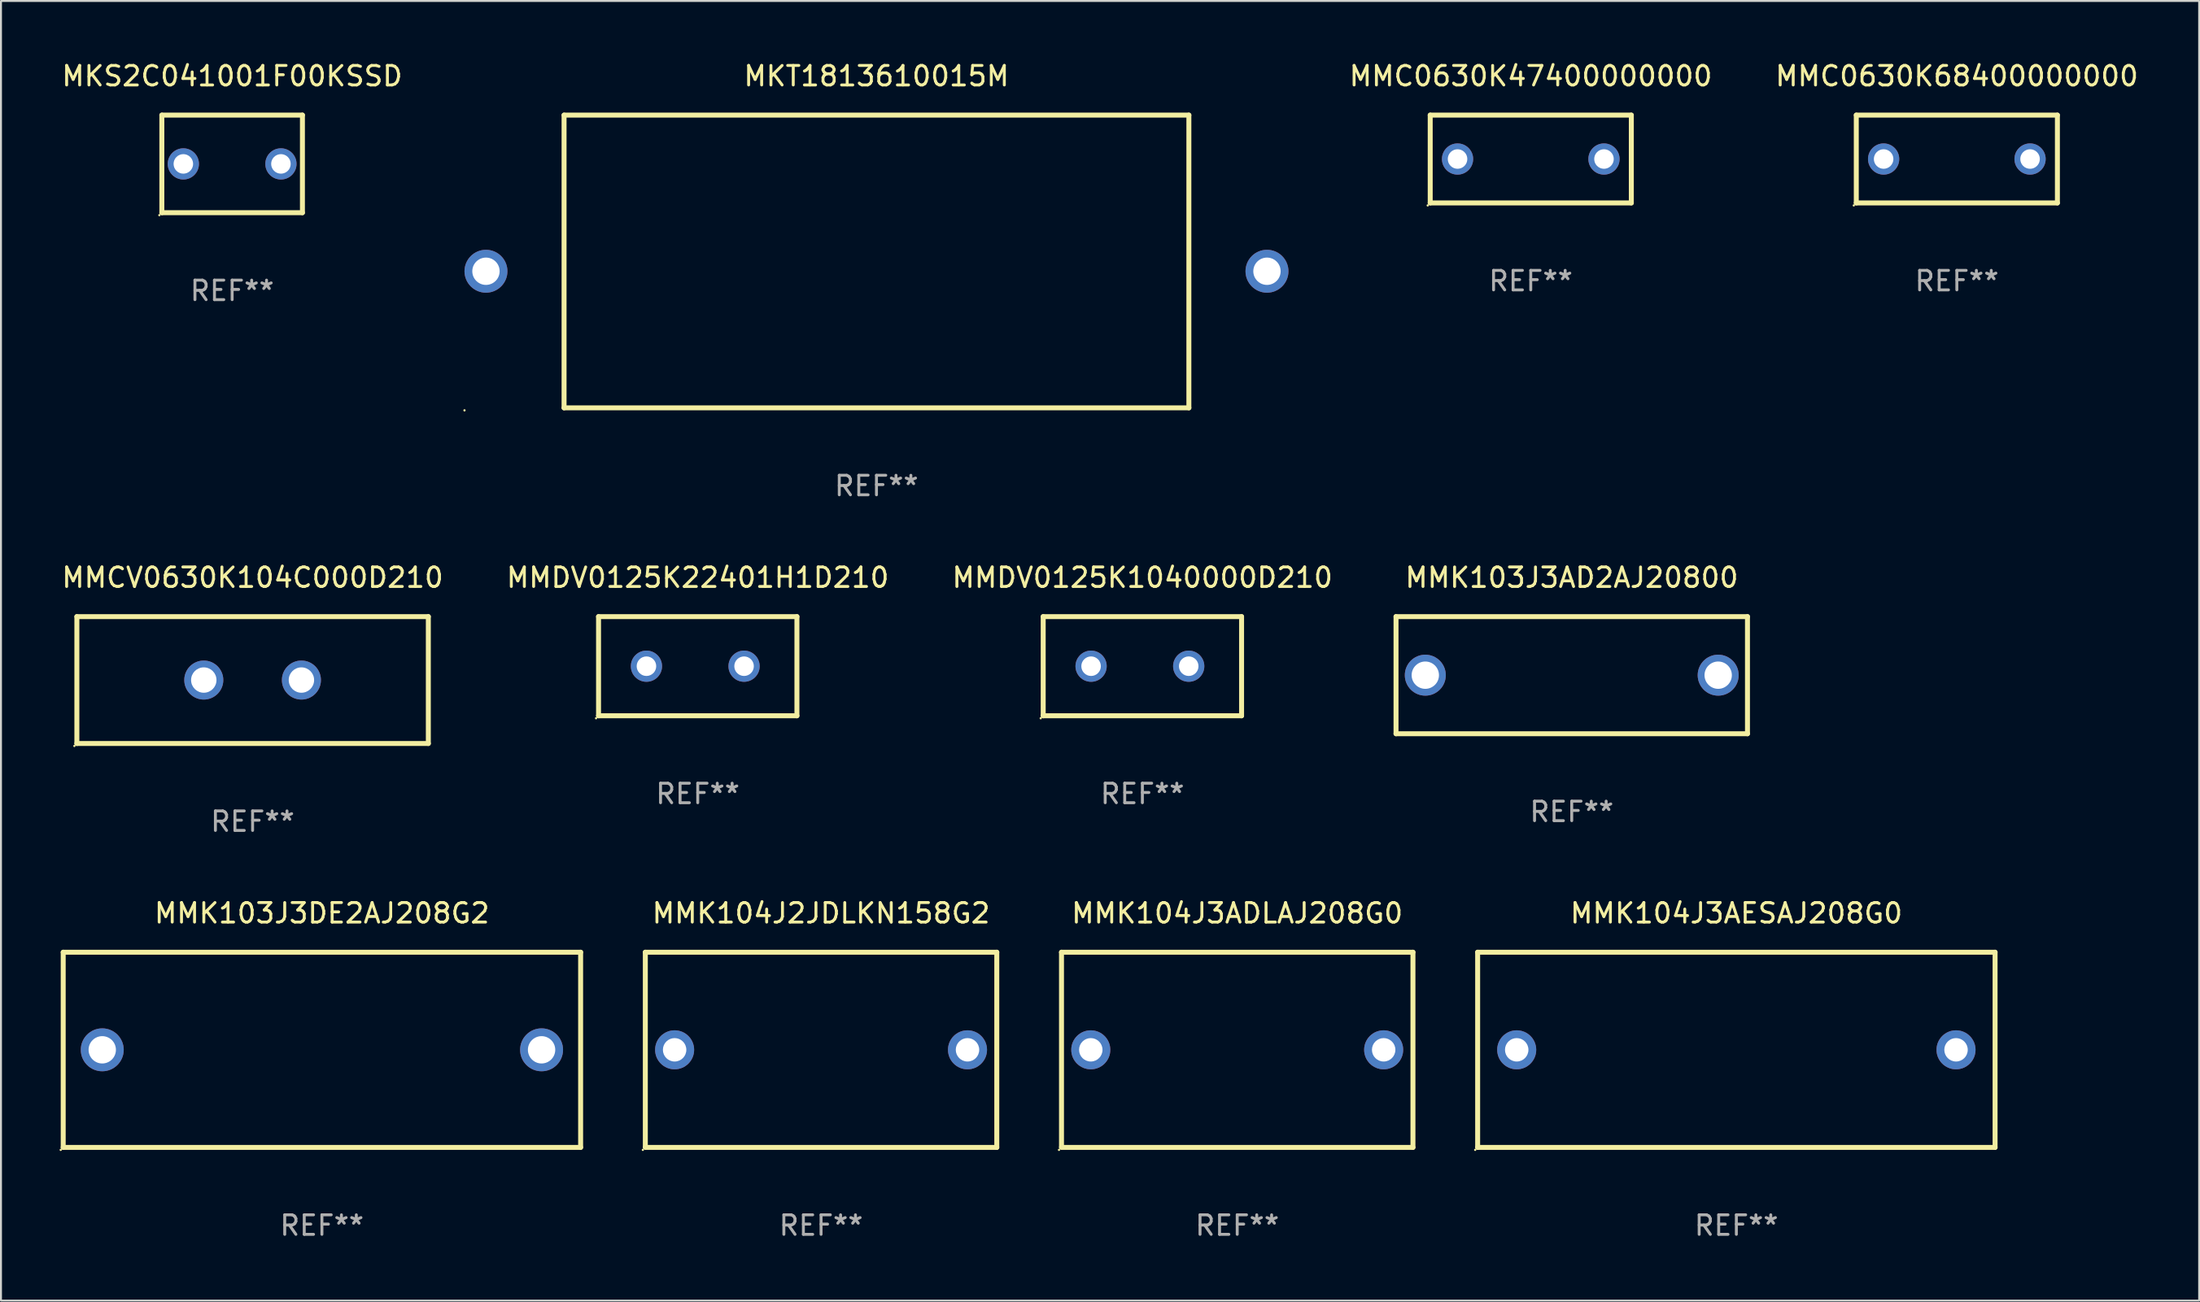
<source format=kicad_pcb>
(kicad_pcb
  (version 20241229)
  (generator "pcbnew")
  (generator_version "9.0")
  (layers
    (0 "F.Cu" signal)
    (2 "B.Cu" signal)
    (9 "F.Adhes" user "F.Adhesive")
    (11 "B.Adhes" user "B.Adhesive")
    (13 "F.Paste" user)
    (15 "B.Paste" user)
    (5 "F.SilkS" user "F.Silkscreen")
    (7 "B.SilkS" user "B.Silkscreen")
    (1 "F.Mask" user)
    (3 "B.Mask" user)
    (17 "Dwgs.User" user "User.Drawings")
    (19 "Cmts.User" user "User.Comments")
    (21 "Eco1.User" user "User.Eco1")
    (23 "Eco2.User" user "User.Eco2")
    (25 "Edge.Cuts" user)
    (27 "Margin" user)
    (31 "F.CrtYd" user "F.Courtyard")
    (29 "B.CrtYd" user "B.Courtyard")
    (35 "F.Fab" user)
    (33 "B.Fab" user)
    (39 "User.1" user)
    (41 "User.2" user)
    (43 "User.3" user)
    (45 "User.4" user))
  (footprint "MMK104J2JDLKN158G2"
    (layer "F.Cu")
    (at 39.001 50.741)
    (property "Reference" "MMK104J2JDLKN158G2" (at 0 -7 0) (layer "F.SilkS") (effects (font (size 1 1) (thickness 0.15))))
    (attr through_hole)
    (fp_line (start -9 -5) (end -9 4.98) (stroke (width 0.254) (type solid)) (layer "F.SilkS"))
    (fp_line (start -9 -5) (end 9 -5) (stroke (width 0.254) (type solid)) (layer "F.SilkS"))
    (fp_line (start -9 5) (end 9 5) (stroke (width 0.254) (type solid)) (layer "F.SilkS"))
    (fp_line (start 9 -5) (end 9 5) (stroke (width 0.254) (type solid)) (layer "F.SilkS"))
    (fp_circle (center -9.127 5.127) (end -9.097 5.127) (stroke (width 0.06) (type solid)) (fill no) (layer "F.SilkS"))
    (fp_text user "REF**" (at 0 9 0) (layer "F.Fab") (effects (font (size 1 1) (thickness 0.15))))
    (pad "1" thru_hole circle (at -7.5 0) (size 2 2) (drill 1.2) (layers "*.Cu" "*.Mask"))
    (pad "2" thru_hole circle (at 7.5 0) (size 2 2) (drill 1.2) (layers "*.Cu" "*.Mask")))
  (footprint "MMC0630K47400000000"
    (layer "F.Cu")
    (at 75.349 5.098)
    (property "Reference" "MMC0630K47400000000" (at 0 -4.25 0) (layer "F.SilkS") (effects (font (size 1 1) (thickness 0.15))))
    (attr through_hole)
    (fp_line (start -5.15 -2.25) (end 5.15 -2.25) (stroke (width 0.254) (type solid)) (layer "F.SilkS"))
    (fp_line (start -5.15 2.25) (end -5.15 -2.25) (stroke (width 0.254) (type solid)) (layer "F.SilkS"))
    (fp_line (start -5.15 2.25) (end 5.15 2.25) (stroke (width 0.254) (type solid)) (layer "F.SilkS"))
    (fp_line (start 5.15 2.25) (end 5.15 -2.25) (stroke (width 0.254) (type solid)) (layer "F.SilkS"))
    (fp_circle (center -5.277 2.377) (end -5.247 2.377) (stroke (width 0.06) (type solid)) (fill no) (layer "F.SilkS"))
    (fp_text user "REF**" (at 0 6.25 0) (layer "F.Fab") (effects (font (size 1 1) (thickness 0.15))))
    (pad "1" thru_hole circle (at -3.75 0) (size 1.6 1.6) (drill 1) (layers "*.Cu" "*.Mask"))
    (pad "2" thru_hole circle (at 3.75 0) (size 1.6 1.6) (drill 1) (layers "*.Cu" "*.Mask")))
  (footprint "MMDV0125K22401H1D210"
    (layer "F.Cu")
    (at 32.685 31.085)
    (property "Reference" "MMDV0125K22401H1D210" (at 0 -4.54 0) (layer "F.SilkS") (effects (font (size 1 1) (thickness 0.15))))
    (attr through_hole)
    (fp_line (start -5.08 -2.54) (end 5.08 -2.54) (stroke (width 0.254) (type solid)) (layer "F.SilkS"))
    (fp_line (start -5.08 2.54) (end -5.08 -2.54) (stroke (width 0.254) (type solid)) (layer "F.SilkS"))
    (fp_line (start 5.08 -2.54) (end 5.08 2.54) (stroke (width 0.254) (type solid)) (layer "F.SilkS"))
    (fp_line (start 5.08 2.54) (end -5.08 2.54) (stroke (width 0.254) (type solid)) (layer "F.SilkS"))
    (fp_circle (center -5.207 2.667) (end -5.177 2.667) (stroke (width 0.06) (type solid)) (fill no) (layer "F.SilkS"))
    (fp_text user "REF**" (at 0 6.54 0) (layer "F.Fab") (effects (font (size 1 1) (thickness 0.15))))
    (pad "1" thru_hole circle (at -2.627 0) (size 1.6 1.6) (drill 1) (layers "*.Cu" "*.Mask"))
    (pad "2" thru_hole circle (at 2.373 0) (size 1.6 1.6) (drill 1) (layers "*.Cu" "*.Mask")))
  (footprint "MMC0630K68400000000"
    (layer "F.Cu")
    (at 97.171 5.098)
    (property "Reference" "MMC0630K68400000000" (at 0 -4.25 0) (layer "F.SilkS") (effects (font (size 1 1) (thickness 0.15))))
    (attr through_hole)
    (fp_line (start -5.15 -2.25) (end 5.15 -2.25) (stroke (width 0.254) (type solid)) (layer "F.SilkS"))
    (fp_line (start -5.15 2.25) (end -5.15 -2.25) (stroke (width 0.254) (type solid)) (layer "F.SilkS"))
    (fp_line (start -5.15 2.25) (end 5.15 2.25) (stroke (width 0.254) (type solid)) (layer "F.SilkS"))
    (fp_line (start 5.15 2.25) (end 5.15 -2.25) (stroke (width 0.254) (type solid)) (layer "F.SilkS"))
    (fp_circle (center -5.277 2.377) (end -5.247 2.377) (stroke (width 0.06) (type solid)) (fill no) (layer "F.SilkS"))
    (fp_text user "REF**" (at 0 6.25 0) (layer "F.Fab") (effects (font (size 1 1) (thickness 0.15))))
    (pad "1" thru_hole circle (at -3.75 0) (size 1.6 1.6) (drill 1) (layers "*.Cu" "*.Mask"))
    (pad "2" thru_hole circle (at 3.75 0) (size 1.6 1.6) (drill 1) (layers "*.Cu" "*.Mask")))
  (footprint "MMK103J3DE2AJ208G2"
    (layer "F.Cu")
    (at 13.437 50.741)
    (property "Reference" "MMK103J3DE2AJ208G2" (at 0 -7 0) (layer "F.SilkS") (effects (font (size 1 1) (thickness 0.15))))
    (attr through_hole)
    (fp_line (start -13.25 -5) (end 13.25 -5) (stroke (width 0.254) (type solid)) (layer "F.SilkS"))
    (fp_line (start -13.25 5) (end -13.25 -5) (stroke (width 0.254) (type solid)) (layer "F.SilkS"))
    (fp_line (start 13.25 -5) (end 13.25 5) (stroke (width 0.254) (type solid)) (layer "F.SilkS"))
    (fp_line (start 13.25 5) (end -13.25 5) (stroke (width 0.254) (type solid)) (layer "F.SilkS"))
    (fp_circle (center -13.377 5.127) (end -13.347 5.127) (stroke (width 0.06) (type solid)) (fill no) (layer "F.SilkS"))
    (fp_text user "REF**" (at 0 9 0) (layer "F.Fab") (effects (font (size 1 1) (thickness 0.15))))
    (pad "1" thru_hole circle (at -11.25 0) (size 2.2 2.2) (drill 1.4) (layers "*.Cu" "*.Mask"))
    (pad "2" thru_hole circle (at 11.25 0) (size 2.2 2.2) (drill 1.4) (layers "*.Cu" "*.Mask")))
  (footprint "MMK103J3AD2AJ20800"
    (layer "F.Cu")
    (at 77.448 31.545)
    (property "Reference" "MMK103J3AD2AJ20800" (at 0 -5 0) (layer "F.SilkS") (effects (font (size 1 1) (thickness 0.15))))
    (attr through_hole)
    (fp_line (start -9 -3) (end 9 -3) (stroke (width 0.254) (type solid)) (layer "F.SilkS"))
    (fp_line (start -9 3) (end -9 -3) (stroke (width 0.254) (type solid)) (layer "F.SilkS"))
    (fp_line (start 9 -3) (end 9 3) (stroke (width 0.254) (type solid)) (layer "F.SilkS"))
    (fp_line (start 9 3) (end -9 3) (stroke (width 0.254) (type solid)) (layer "F.SilkS"))
    (fp_circle (center -9 3) (end -8.97 3) (stroke (width 0.06) (type solid)) (fill no) (layer "F.SilkS"))
    (fp_text user "REF**" (at 0 7 0) (layer "F.Fab") (effects (font (size 1 1) (thickness 0.15))))
    (pad "1" thru_hole circle (at -7.5 0) (size 2.1 2.1) (drill 1.4) (layers "*.Cu" "*.Mask"))
    (pad "2" thru_hole circle (at 7.5 0) (size 2.1 2.1) (drill 1.4) (layers "*.Cu" "*.Mask")))
  (footprint "MKS2C041001F00KSSD"
    (layer "F.Cu")
    (at 8.839 5.348)
    (property "Reference" "MKS2C041001F00KSSD" (at 0 -4.5 0) (layer "F.SilkS") (effects (font (size 1 1) (thickness 0.15))))
    (attr through_hole)
    (fp_line (start -3.6 -2.5) (end 3.6 -2.5) (stroke (width 0.254) (type solid)) (layer "F.SilkS"))
    (fp_line (start -3.6 2.5) (end -3.6 -2.5) (stroke (width 0.254) (type solid)) (layer "F.SilkS"))
    (fp_line (start -3.6 2.5) (end 3.6 2.5) (stroke (width 0.254) (type solid)) (layer "F.SilkS"))
    (fp_line (start 3.6 -2.5) (end 3.6 2.5) (stroke (width 0.254) (type solid)) (layer "F.SilkS"))
    (fp_circle (center -3.727 2.627) (end -3.697 2.627) (stroke (width 0.06) (type solid)) (fill no) (layer "F.SilkS"))
    (fp_text user "REF**" (at 0 6.5 0) (layer "F.Fab") (effects (font (size 1 1) (thickness 0.15))))
    (pad "1" thru_hole circle (at -2.499 0) (size 1.6 1.6) (drill 1) (layers "*.Cu" "*.Mask"))
    (pad "2" thru_hole circle (at 2.499 0) (size 1.6 1.6) (drill 1) (layers "*.Cu" "*.Mask")))
  (footprint "MKT1813610015M"
    (layer "F.Cu")
    (at 41.839 10.348)
    (property "Reference" "MKT1813610015M" (at 0 -9.5 0) (layer "F.SilkS") (effects (font (size 1 1) (thickness 0.15))))
    (attr through_hole)
    (fp_line (start -16 -7.5) (end -16 7.5) (stroke (width 0.254) (type solid)) (layer "F.SilkS"))
    (fp_line (start -16 -7.5) (end 16 -7.5) (stroke (width 0.254) (type solid)) (layer "F.SilkS"))
    (fp_line (start 16 7.5) (end -16 7.5) (stroke (width 0.254) (type solid)) (layer "F.SilkS"))
    (fp_line (start 16 -7.5) (end 16 7.5) (stroke (width 0.254) (type solid)) (layer "F.SilkS"))
    (fp_circle (center -21.1 7.627) (end -21.07 7.627) (stroke (width 0.06) (type solid)) (fill no) (layer "F.SilkS"))
    (fp_text user "REF**" (at 0 11.5 0) (layer "F.Fab") (effects (font (size 1 1) (thickness 0.15))))
    (pad "1" thru_hole circle (at -20 0.5) (size 2.2 2.2) (drill 1.4) (layers "*.Cu" "*.Mask"))
    (pad "2" thru_hole circle (at 20 0.5) (size 2.2 2.2) (drill 1.4) (layers "*.Cu" "*.Mask")))
  (footprint "MMDV0125K1040000D210"
    (layer "F.Cu")
    (at 55.458 31.085)
    (property "Reference" "MMDV0125K1040000D210" (at 0 -4.54 0) (layer "F.SilkS") (effects (font (size 1 1) (thickness 0.15))))
    (attr through_hole)
    (fp_line (start -5.08 -2.54) (end 5.08 -2.54) (stroke (width 0.254) (type solid)) (layer "F.SilkS"))
    (fp_line (start -5.08 2.54) (end -5.08 -2.54) (stroke (width 0.254) (type solid)) (layer "F.SilkS"))
    (fp_line (start 5.08 -2.54) (end 5.08 2.54) (stroke (width 0.254) (type solid)) (layer "F.SilkS"))
    (fp_line (start 5.08 2.54) (end -5.08 2.54) (stroke (width 0.254) (type solid)) (layer "F.SilkS"))
    (fp_circle (center -5.207 2.667) (end -5.177 2.667) (stroke (width 0.06) (type solid)) (fill no) (layer "F.SilkS"))
    (fp_text user "REF**" (at 0 6.54 0) (layer "F.Fab") (effects (font (size 1 1) (thickness 0.15))))
    (pad "1" thru_hole circle (at -2.627 0) (size 1.6 1.6) (drill 1) (layers "*.Cu" "*.Mask"))
    (pad "2" thru_hole circle (at 2.373 0) (size 1.6 1.6) (drill 1) (layers "*.Cu" "*.Mask")))
  (footprint "MMCV0630K104C000D210"
    (layer "F.Cu")
    (at 9.887 31.795)
    (property "Reference" "MMCV0630K104C000D210" (at 0 -5.25 0) (layer "F.SilkS") (effects (font (size 1 1) (thickness 0.15))))
    (attr through_hole)
    (fp_line (start -9 -3.25) (end 9 -3.25) (stroke (width 0.254) (type solid)) (layer "F.SilkS"))
    (fp_line (start -9 3.25) (end -9 -3.25) (stroke (width 0.254) (type solid)) (layer "F.SilkS"))
    (fp_line (start 9 -3.25) (end 9 3.25) (stroke (width 0.254) (type solid)) (layer "F.SilkS"))
    (fp_line (start 9 3.25) (end -9 3.25) (stroke (width 0.254) (type solid)) (layer "F.SilkS"))
    (fp_circle (center -9.127 3.377) (end -9.097 3.377) (stroke (width 0.06) (type solid)) (fill no) (layer "F.SilkS"))
    (fp_text user "REF**" (at 0 7.25 0) (layer "F.Fab") (effects (font (size 1 1) (thickness 0.15))))
    (pad "1" thru_hole circle (at -2.5 0) (size 2 2) (drill 1.3) (layers "*.Cu" "*.Mask"))
    (pad "2" thru_hole circle (at 2.5 0) (size 2 2) (drill 1.3) (layers "*.Cu" "*.Mask")))
  (footprint "MMK104J3ADLAJ208G0"
    (layer "F.Cu")
    (at 60.315 50.741)
    (property "Reference" "MMK104J3ADLAJ208G0" (at 0 -7 0) (layer "F.SilkS") (effects (font (size 1 1) (thickness 0.15))))
    (attr through_hole)
    (fp_line (start -9 -5) (end -9 4.98) (stroke (width 0.254) (type solid)) (layer "F.SilkS"))
    (fp_line (start -9 -5) (end 9 -5) (stroke (width 0.254) (type solid)) (layer "F.SilkS"))
    (fp_line (start -9 5) (end 9 5) (stroke (width 0.254) (type solid)) (layer "F.SilkS"))
    (fp_line (start 9 -5) (end 9 5) (stroke (width 0.254) (type solid)) (layer "F.SilkS"))
    (fp_circle (center -9.127 5.127) (end -9.097 5.127) (stroke (width 0.06) (type solid)) (fill no) (layer "F.SilkS"))
    (fp_text user "REF**" (at 0 9 0) (layer "F.Fab") (effects (font (size 1 1) (thickness 0.15))))
    (pad "1" thru_hole circle (at -7.5 0) (size 2 2) (drill 1.2) (layers "*.Cu" "*.Mask"))
    (pad "2" thru_hole circle (at 7.5 0) (size 2 2) (drill 1.2) (layers "*.Cu" "*.Mask")))
  (footprint "MMK104J3AESAJ208G0"
    (layer "F.Cu")
    (at 85.879 50.741)
    (property "Reference" "MMK104J3AESAJ208G0" (at 0 -7 0) (layer "F.SilkS") (effects (font (size 1 1) (thickness 0.15))))
    (attr through_hole)
    (fp_line (start -13.25 -5) (end 13.25 -5) (stroke (width 0.254) (type solid)) (layer "F.SilkS"))
    (fp_line (start -13.25 5) (end -13.25 -5) (stroke (width 0.254) (type solid)) (layer "F.SilkS"))
    (fp_line (start 13.25 -5) (end 13.25 5) (stroke (width 0.254) (type solid)) (layer "F.SilkS"))
    (fp_line (start 13.25 5) (end -13.25 5) (stroke (width 0.254) (type solid)) (layer "F.SilkS"))
    (fp_circle (center -13.377 5.127) (end -13.347 5.127) (stroke (width 0.06) (type solid)) (fill no) (layer "F.SilkS"))
    (fp_text user "REF**" (at 0 9 0) (layer "F.Fab") (effects (font (size 1 1) (thickness 0.15))))
    (pad "1" thru_hole circle (at -11.25 0) (size 2 2) (drill 1.2) (layers "*.Cu" "*.Mask"))
    (pad "2" thru_hole circle (at 11.25 0) (size 2 2) (drill 1.2) (layers "*.Cu" "*.Mask")))
  (gr_rect
    (start -3 -3)
    (end 109.581 63.59)
    (stroke (width 0.1) (type default))
    (fill no)
    (layer "Edge.Cuts")))
</source>
